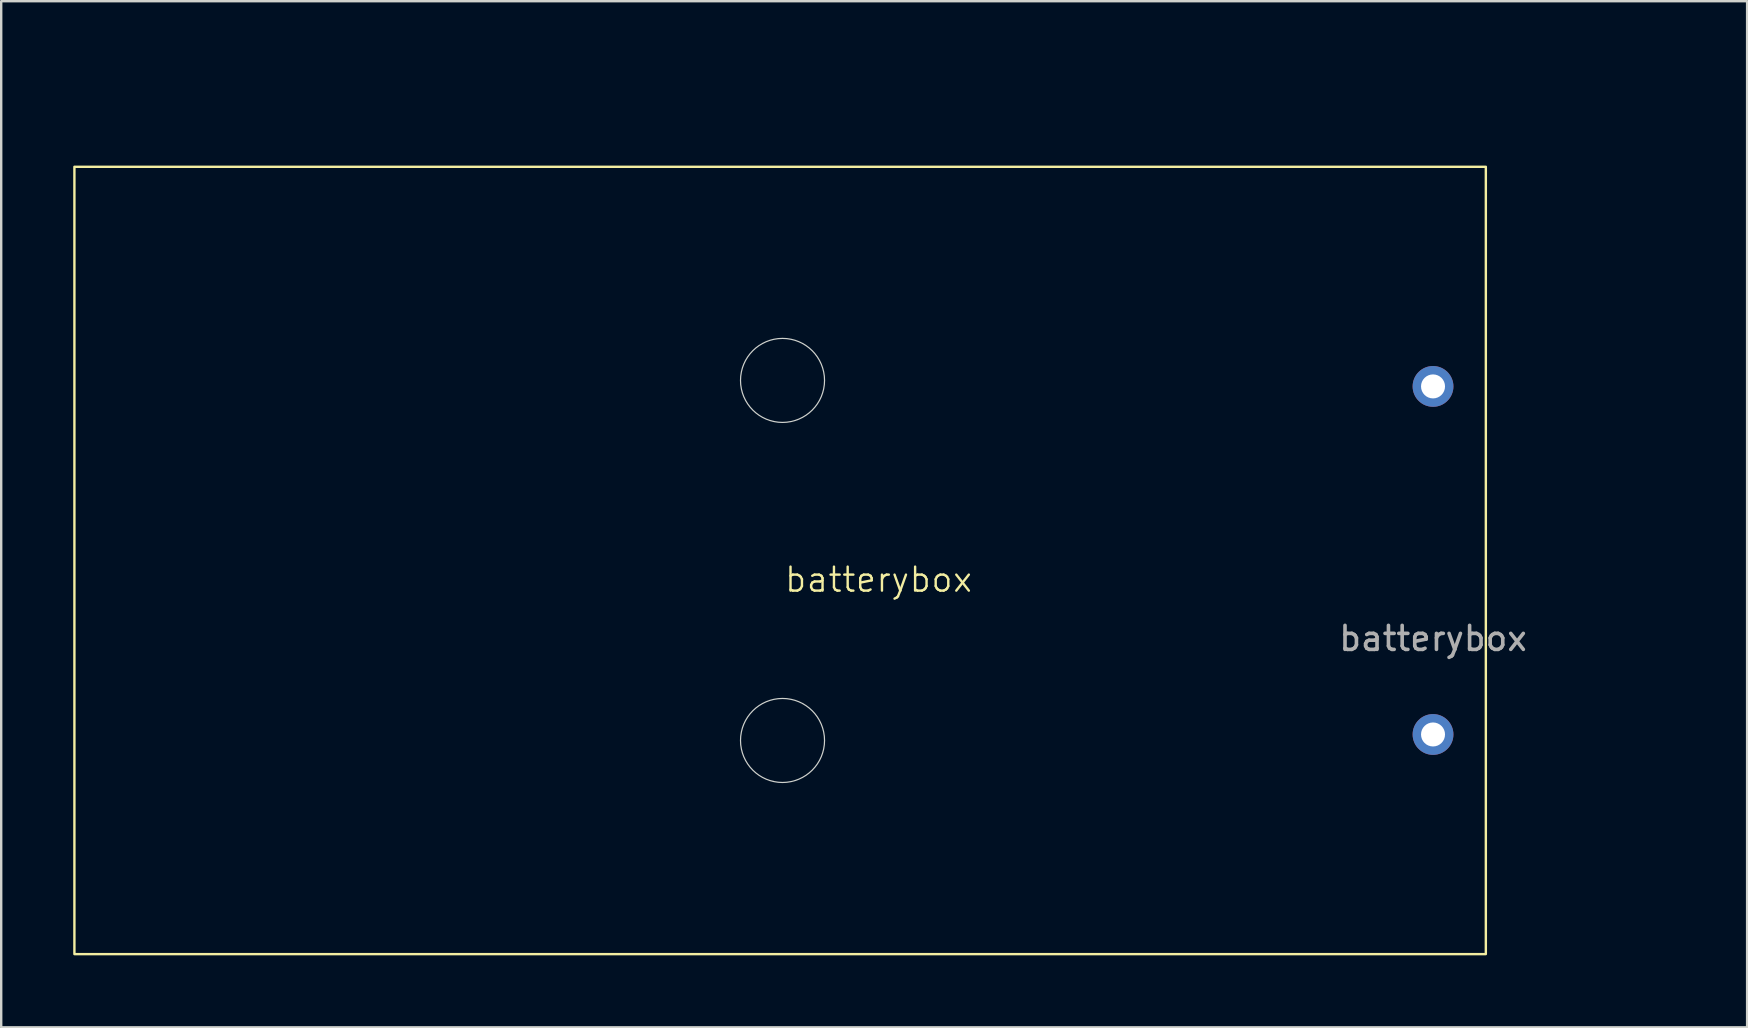
<source format=kicad_pcb>
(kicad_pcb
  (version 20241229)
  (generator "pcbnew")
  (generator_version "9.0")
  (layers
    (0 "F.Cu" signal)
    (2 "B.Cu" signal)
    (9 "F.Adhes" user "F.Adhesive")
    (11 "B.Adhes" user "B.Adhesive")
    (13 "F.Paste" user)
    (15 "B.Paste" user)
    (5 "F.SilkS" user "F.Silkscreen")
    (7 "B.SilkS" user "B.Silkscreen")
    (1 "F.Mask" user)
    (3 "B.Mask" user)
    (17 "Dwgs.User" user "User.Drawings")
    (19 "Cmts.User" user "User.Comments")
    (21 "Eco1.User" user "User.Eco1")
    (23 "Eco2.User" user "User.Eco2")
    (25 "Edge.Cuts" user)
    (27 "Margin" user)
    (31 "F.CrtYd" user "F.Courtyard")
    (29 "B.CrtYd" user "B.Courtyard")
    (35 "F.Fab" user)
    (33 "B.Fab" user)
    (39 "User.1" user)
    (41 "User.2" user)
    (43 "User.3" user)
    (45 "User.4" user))
  (footprint "batterybox"
    (layer "F.Cu")
    (at 56.65 21.048)
    (property "Reference" "batterybox" (at -23.1 0.05 0) (unlocked yes) (layer "F.SilkS") (effects (font (size 1 1) (thickness 0.1))))
    (attr through_hole)
    (fp_rect (start -56.6 -17.15) (end 2.2 15.65) (stroke (width 0.1) (type default)) (fill no) (layer "F.SilkS"))
    (fp_line (start 2.2 -0.75) (end 2.2 -17.15) (stroke (width 0.1) (type default)) (layer "Eco2.User"))
    (fp_circle (center -27.1 -8.25) (end -25.35 -8.25) (stroke (width 0.05) (type default)) (fill no) (layer "Edge.Cuts"))
    (fp_circle (center -27.1 6.75) (end -25.35 6.75) (stroke (width 0.05) (type default)) (fill no) (layer "Edge.Cuts"))
    (fp_text user "${REFERENCE}" (at 0 2.5 0) (unlocked yes) (layer "F.Fab") (effects (font (size 1 1) (thickness 0.15))))
    (dimension (type aligned) (layer "Eco2.User") (pts (xy 56.65 20.298) (xy 58.85 20.298)) (height -1.5) (format (prefix "") (suffix "") (units 3) (units_format 1) (precision 4)) (style (thickness 0.1) (arrow_length 1.27) (text_position_mode 2) (arrow_direction outward) (extension_height 0.586) (extension_offset 0) (keep_text_aligned yes)) (gr_text "2.2000 mm" (at 59.05 17.198 0) (layer "Eco2.User") (effects (font (size 1 1) (thickness 0.15)))))
    (dimension (type aligned) (layer "Eco2.User") (pts (xy 56.65 13.048) (xy 56.65 27.548)) (height 5) (format (prefix "") (suffix "") (units 3) (units_format 1) (precision 4)) (style (thickness 0.1) (arrow_length 1.27) (text_position_mode 0) (arrow_direction outward) (extension_height 0.586) (extension_offset 0.5) (keep_text_aligned yes)) (gr_text "14.5000 mm" (at 50.5 20.298 90) (layer "Eco2.User") (effects (font (size 1 1) (thickness 0.15)))))
    (dimension (type aligned) (layer "Eco2.User") (pts (xy 29.55 12.798) (xy 29.55 27.798)) (height 4.2) (format (prefix "") (suffix "") (units 3) (units_format 1) (precision 4)) (style (thickness 0.1) (arrow_length 1.27) (text_position_mode 0) (arrow_direction outward) (extension_height 0.586) (extension_offset 0) (keep_text_aligned yes)) (gr_text "15.0000 mm" (at 24.25 20.298 90) (layer "Eco2.User") (effects (font (size 1 1) (thickness 0.1)))))
    (dimension (type aligned) (layer "Eco2.User") (pts (xy 56.65 13.048) (xy 56.65 20.298)) (height 2.25) (format (prefix "") (suffix "") (units 3) (units_format 1) (precision 4)) (style (thickness 0.1) (arrow_length 1.27) (text_position_mode 0) (arrow_direction outward) (extension_height 0.586) (extension_offset 0.5) (keep_text_aligned yes)) (gr_text "7.2500 mm" (at 53.25 16.673 90) (layer "Eco2.User") (effects (font (size 1 1) (thickness 0.15)))))
    (dimension (type aligned) (layer "Eco2.User") (pts (xy 56.65 20.298) (xy 29.55 20.298)) (height 1.5) (format (prefix "") (suffix "") (units 3) (units_format 1) (precision 4)) (style (thickness 0.1) (arrow_length 1.27) (text_position_mode 0) (arrow_direction outward) (extension_height 0.586) (extension_offset 0) (keep_text_aligned yes)) (gr_text "27.1000 mm" (at 43.1 17.698 0) (layer "Eco2.User") (effects (font (size 1 1) (thickness 0.1)))))
    (dimension (type aligned) (layer "Eco2.User") (pts (xy 58.85 3.898) (xy 0.05 3.898)) (height 1.9) (format (prefix "") (suffix "") (units 3) (units_format 1) (precision 4)) (style (thickness 0.1) (arrow_length 1.27) (text_position_mode 0) (arrow_direction outward) (extension_height 0.586) (extension_offset 0.5) (keep_text_aligned yes)) (gr_text "58.8000 mm" (at 29.45 0.848 0) (layer "Eco2.User") (effects (font (size 1 1) (thickness 0.15)))))
    (dimension (type aligned) (layer "Eco2.User") (pts (xy 58.85 36.698) (xy 58.85 3.898)) (height 4.1) (format (prefix "") (suffix "") (units 3) (units_format 1) (precision 4)) (style (thickness 0.1) (arrow_length 1.27) (text_position_mode 0) (arrow_direction outward) (extension_height 0.586) (extension_offset 0.5) (keep_text_aligned yes)) (gr_text "32.8000 mm" (at 61.8 20.298 90) (layer "Eco2.User") (effects (font (size 1 1) (thickness 0.15)))))
    (dimension (type aligned) (layer "Eco2.User") (pts (xy 29.55 20.298) (xy 29.55 12.798)) (height -1.8) (format (prefix "") (suffix "") (units 3) (units_format 1) (precision 4)) (style (thickness 0.1) (arrow_length 1.27) (text_position_mode 0) (arrow_direction outward) (extension_height 0.586) (extension_offset 0) (keep_text_aligned yes)) (gr_text "7.5000 mm" (at 26.65 16.548 90) (layer "Eco2.User") (effects (font (size 1 1) (thickness 0.1)))))
    (pad "1" thru_hole circle (at 0 -8) (size 1.7 1.7) (drill 1) (layers "*.Cu" "*.Mask"))
    (pad "2" thru_hole circle (at 0 6.5) (size 1.7 1.7) (drill 1) (layers "*.Cu" "*.Mask")))
  (gr_rect
    (start -3 -3)
    (end 69.735 39.748)
    (stroke (width 0.1) (type default))
    (fill no)
    (layer "Edge.Cuts")))
</source>
